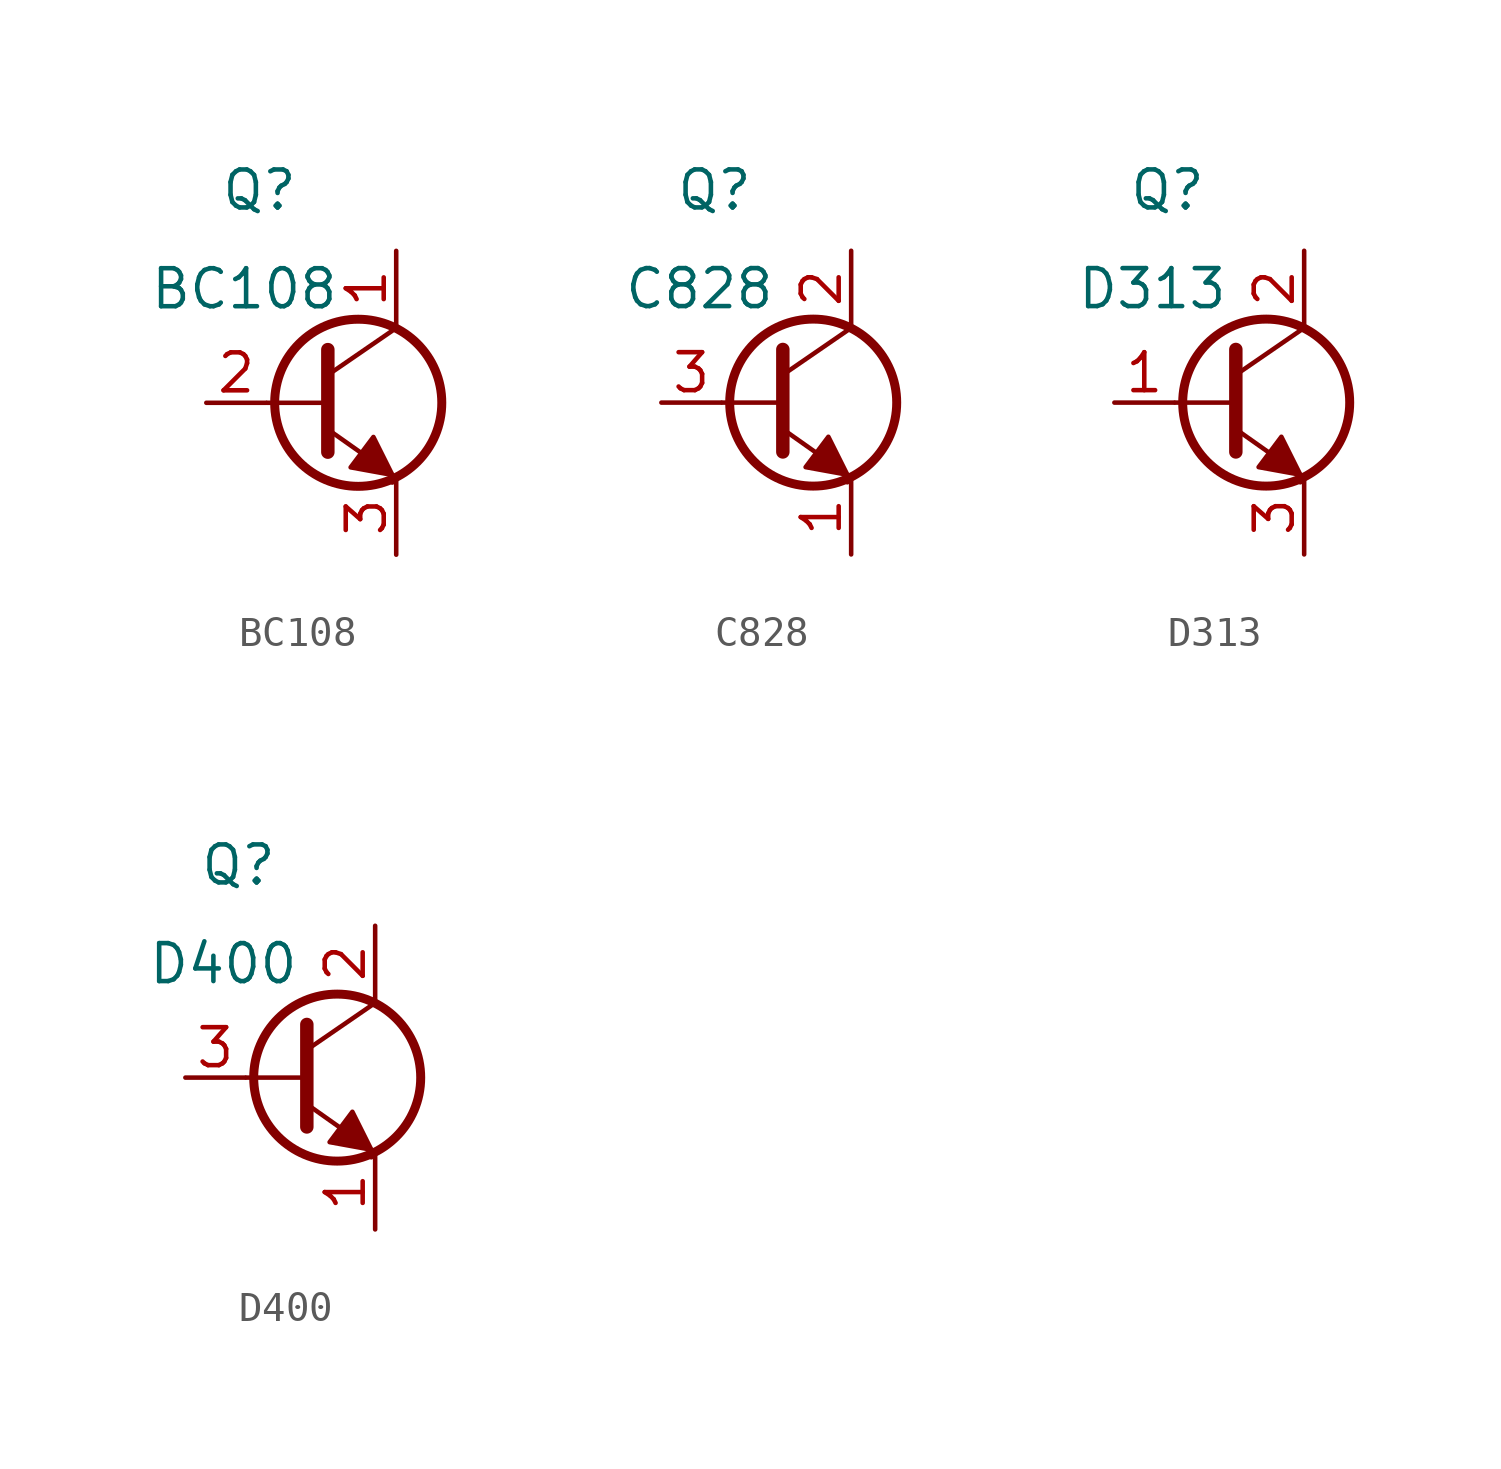
<source format=kicad_sym>
(kicad_symbol_lib
  (version 20211014)
  (generator kicad_symbol_editor)
  (symbol "BC108"
    (property "Reference" "Q"
      (at -3.302 7.112 0)
      (effects (font (size 1.27 1.27))))
    (property "Value" "BC108"
      (at -3.81 3.81 0)
      (effects (font (size 1.27 1.27))))
    (symbol "BC108_0_1"
      (polyline (pts (xy -1.016 -0.889) (xy 1.143 -2.413)) (stroke (width 0) (type default) (color 0 0 0 0)) (fill (type none)))
      (polyline (pts (xy -1.016 0) (xy -3.048 0)) (stroke (width 0) (type default) (color 0 0 0 0)) (fill (type none)))
      (polyline (pts (xy -1.016 1.778) (xy -1.016 -1.651)) (stroke (width 0.45) (type default) (color 0 0 0 0)) (fill (type none)))
      (polyline (pts (xy -0.889 1.016) (xy 1.143 2.413)) (stroke (width 0) (type default) (color 0 0 0 0)) (fill (type none)))
      (polyline (pts (xy 1.143 -2.413) (xy -0.254 -2.159) (xy 0.508 -1.143) (xy 1.143 -2.413) (xy 1.143 -2.667)) (stroke (width 0) (type default) (color 0 0 0 0)) (fill (type outline)))
      (circle (center 0 0) (radius 2.794) (stroke (width 0.3) (type default) (color 0 0 0 0)) (fill (type none))))
    (symbol "BC108_1_1"
      (pin passive line (at 1.27 5.08 270) (length 2.5) (name "" (effects (font (size 0 0)))) (number "1" (effects (font (size 1.27 1.27)))))
      (pin passive line (at -5.08 0 0) (length 2) (name "" (effects (font (size 0 0)))) (number "2" (effects (font (size 1.27 1.27)))))
      (pin passive line (at 1.27 -5.08 90) (length 2.5) (name "" (effects (font (size 0 0)))) (number "3" (effects (font (size 1.27 1.27)))))))
  (symbol "C828"
    (property "Reference" "Q"
      (at -3.302 7.112 0)
      (effects (font (size 1.27 1.27))))
    (property "Value" "C828"
      (at -3.81 3.81 0)
      (effects (font (size 1.27 1.27))))
    (symbol "C828_0_1"
      (polyline (pts (xy -1.016 -0.889) (xy 1.143 -2.413)) (stroke (width 0) (type default) (color 0 0 0 0)) (fill (type none)))
      (polyline (pts (xy -1.016 0) (xy -3.048 0)) (stroke (width 0) (type default) (color 0 0 0 0)) (fill (type none)))
      (polyline (pts (xy -1.016 1.778) (xy -1.016 -1.651)) (stroke (width 0.45) (type default) (color 0 0 0 0)) (fill (type none)))
      (polyline (pts (xy -0.889 1.016) (xy 1.143 2.413)) (stroke (width 0) (type default) (color 0 0 0 0)) (fill (type none)))
      (polyline (pts (xy 1.143 -2.413) (xy -0.254 -2.159) (xy 0.508 -1.143) (xy 1.143 -2.413) (xy 1.143 -2.667)) (stroke (width 0) (type default) (color 0 0 0 0)) (fill (type outline)))
      (circle (center 0 0) (radius 2.794) (stroke (width 0.3) (type default) (color 0 0 0 0)) (fill (type none))))
    (symbol "C828_1_1"
      (pin passive line (at 1.27 -5.08 90) (length 2.5) (name "" (effects (font (size 0 0)))) (number "1" (effects (font (size 1.27 1.27)))))
      (pin passive line (at 1.27 5.08 270) (length 2.5) (name "" (effects (font (size 0 0)))) (number "2" (effects (font (size 1.27 1.27)))))
      (pin passive line (at -5.08 0 0) (length 2) (name "" (effects (font (size 0 0)))) (number "3" (effects (font (size 1.27 1.27)))))))
  (symbol "D313"
    (property "Reference" "Q"
      (at -3.302 7.112 0)
      (effects (font (size 1.27 1.27))))
    (property "Value" "D313"
      (at -3.81 3.81 0)
      (effects (font (size 1.27 1.27))))
    (symbol "D313_0_1"
      (polyline (pts (xy -1.016 -0.889) (xy 1.143 -2.413)) (stroke (width 0) (type default) (color 0 0 0 0)) (fill (type none)))
      (polyline (pts (xy -1.016 0) (xy -3.048 0)) (stroke (width 0) (type default) (color 0 0 0 0)) (fill (type none)))
      (polyline (pts (xy -1.016 1.778) (xy -1.016 -1.651)) (stroke (width 0.45) (type default) (color 0 0 0 0)) (fill (type none)))
      (polyline (pts (xy -0.889 1.016) (xy 1.143 2.413)) (stroke (width 0) (type default) (color 0 0 0 0)) (fill (type none)))
      (polyline (pts (xy 1.143 -2.413) (xy -0.254 -2.159) (xy 0.508 -1.143) (xy 1.143 -2.413) (xy 1.143 -2.667)) (stroke (width 0) (type default) (color 0 0 0 0)) (fill (type outline)))
      (circle (center 0 0) (radius 2.794) (stroke (width 0.3) (type default) (color 0 0 0 0)) (fill (type none))))
    (symbol "D313_1_1"
      (pin passive line (at -5.08 0 0) (length 2) (name "" (effects (font (size 0 0)))) (number "1" (effects (font (size 1.27 1.27)))))
      (pin passive line (at 1.27 5.08 270) (length 2.5) (name "" (effects (font (size 0 0)))) (number "2" (effects (font (size 1.27 1.27)))))
      (pin passive line (at 1.27 -5.08 90) (length 2.5) (name "" (effects (font (size 0 0)))) (number "3" (effects (font (size 1.27 1.27)))))))
  (symbol "D400"
    (property "Reference" "Q"
      (at -3.302 7.112 0)
      (effects (font (size 1.27 1.27))))
    (property "Value" "D400"
      (at -3.81 3.81 0)
      (effects (font (size 1.27 1.27))))
    (symbol "D400_0_1"
      (polyline (pts (xy -1.016 -0.889) (xy 1.143 -2.413)) (stroke (width 0) (type default) (color 0 0 0 0)) (fill (type none)))
      (polyline (pts (xy -1.016 0) (xy -3.048 0)) (stroke (width 0) (type default) (color 0 0 0 0)) (fill (type none)))
      (polyline (pts (xy -1.016 1.778) (xy -1.016 -1.651)) (stroke (width 0.45) (type default) (color 0 0 0 0)) (fill (type none)))
      (polyline (pts (xy -0.889 1.016) (xy 1.143 2.413)) (stroke (width 0) (type default) (color 0 0 0 0)) (fill (type none)))
      (polyline (pts (xy 1.143 -2.413) (xy -0.254 -2.159) (xy 0.508 -1.143) (xy 1.143 -2.413) (xy 1.143 -2.667)) (stroke (width 0) (type default) (color 0 0 0 0)) (fill (type outline)))
      (circle (center 0 0) (radius 2.794) (stroke (width 0.3) (type default) (color 0 0 0 0)) (fill (type none))))
    (symbol "D400_1_1"
      (pin passive line (at 1.27 -5.08 90) (length 2.5) (name "" (effects (font (size 0 0)))) (number "1" (effects (font (size 1.27 1.27)))))
      (pin passive line (at 1.27 5.08 270) (length 2.5) (name "" (effects (font (size 0 0)))) (number "2" (effects (font (size 1.27 1.27)))))
      (pin passive line (at -5.08 0 0) (length 2) (name "" (effects (font (size 0 0)))) (number "3" (effects (font (size 1.27 1.27))))))))
</source>
